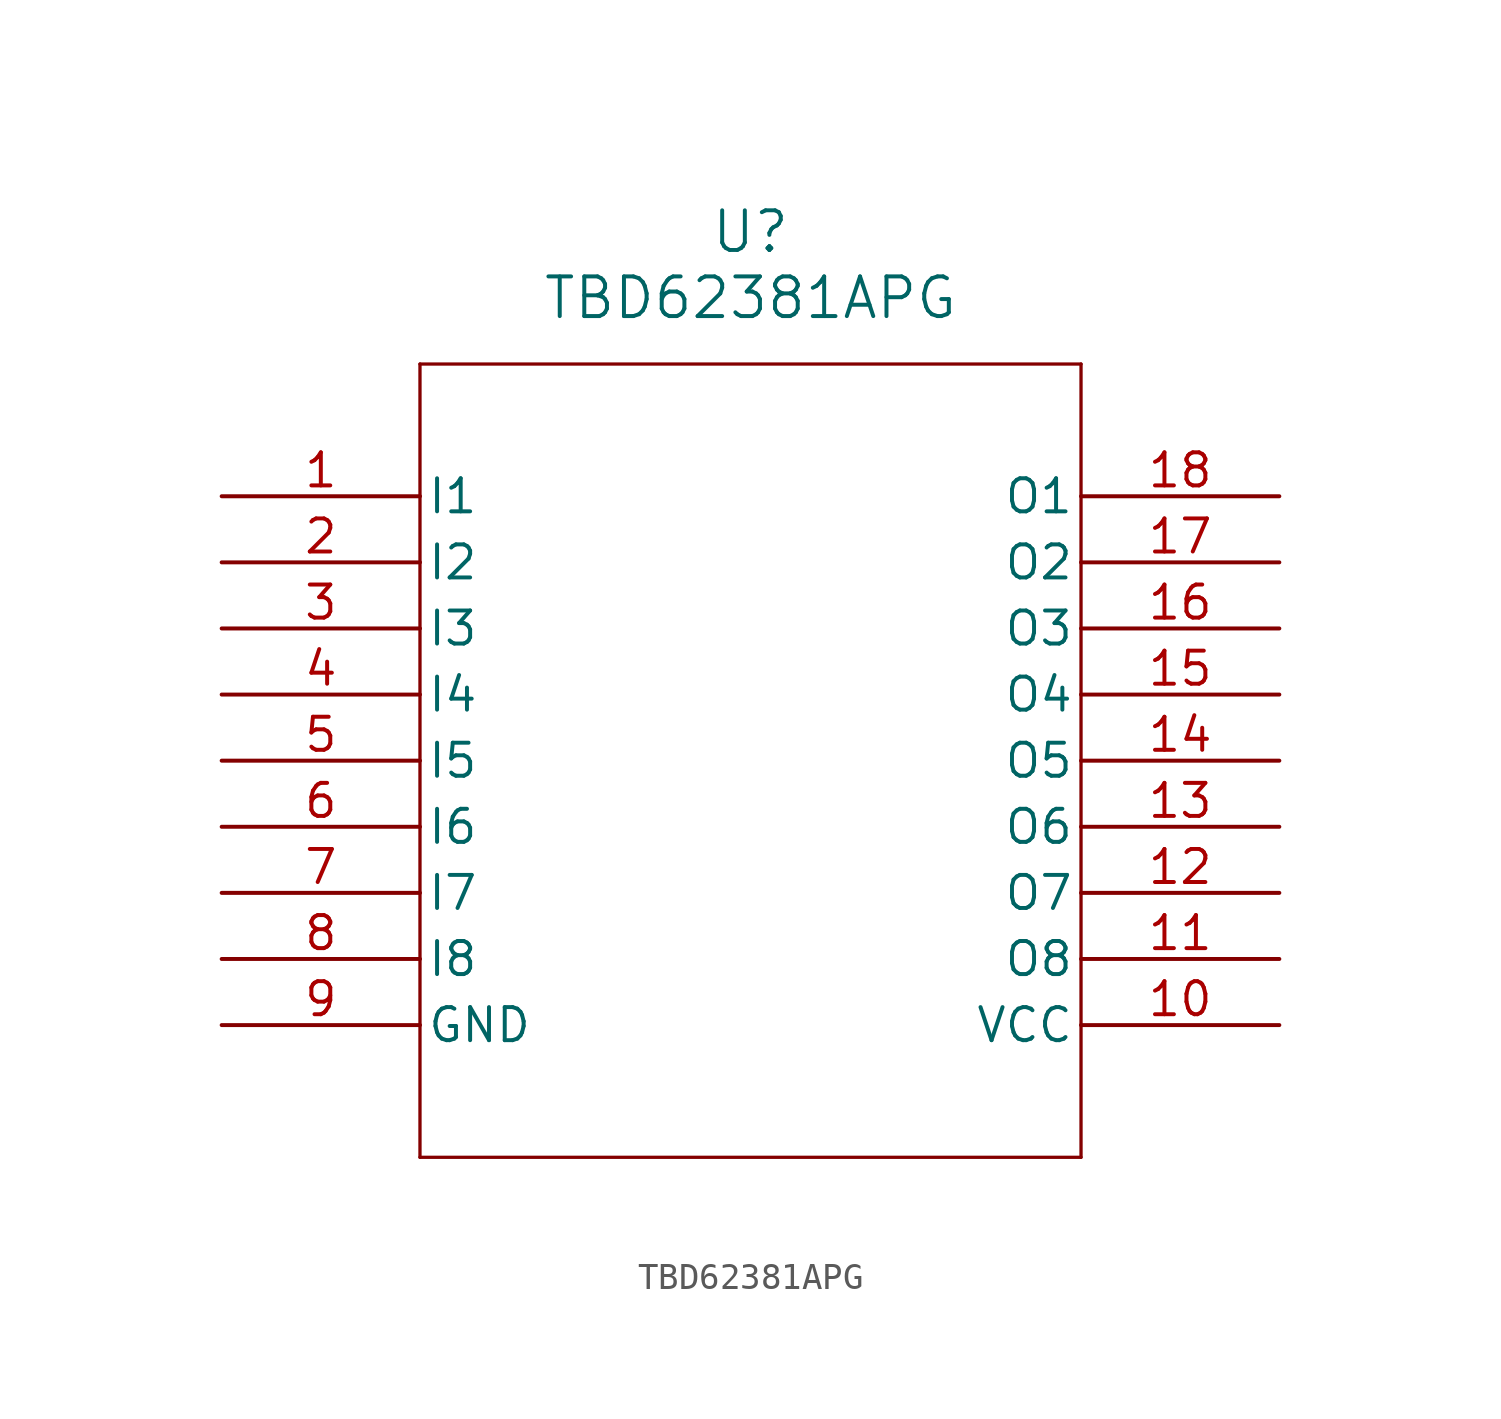
<source format=kicad_sym>
(kicad_symbol_lib
  (version 20211014)
  (generator kicad_symbol_editor)
  (symbol "TBD62381APG"
    (pin_names
      (offset 0.254))
    (property "Reference" "U"
      (at 20.32 10.16 0)
      (effects (font (size 1.524 1.524))))
    (property "Value" "TBD62381APG"
      (at 20.32 7.62 0)
      (effects (font (size 1.524 1.524))))
    (symbol "TBD62381APG_0_1"
      (polyline (pts (xy 7.62 5.08) (xy 7.62 -25.4)) (stroke (width 0.127) (type default) (color 0 0 0 0)) (fill (type none)))
      (polyline (pts (xy 7.62 -25.4) (xy 33.02 -25.4)) (stroke (width 0.127) (type default) (color 0 0 0 0)) (fill (type none)))
      (polyline (pts (xy 33.02 -25.4) (xy 33.02 5.08)) (stroke (width 0.127) (type default) (color 0 0 0 0)) (fill (type none)))
      (polyline (pts (xy 33.02 5.08) (xy 7.62 5.08)) (stroke (width 0.127) (type default) (color 0 0 0 0)) (fill (type none)))
      (pin input line (at 0 0 0) (length 7.62) (name "I1" (effects (font (size 1.27 1.27)))) (number "1" (effects (font (size 1.27 1.27)))))
      (pin input line (at 0 -2.54 0) (length 7.62) (name "I2" (effects (font (size 1.27 1.27)))) (number "2" (effects (font (size 1.27 1.27)))))
      (pin input line (at 0 -5.08 0) (length 7.62) (name "I3" (effects (font (size 1.27 1.27)))) (number "3" (effects (font (size 1.27 1.27)))))
      (pin input line (at 0 -7.62 0) (length 7.62) (name "I4" (effects (font (size 1.27 1.27)))) (number "4" (effects (font (size 1.27 1.27)))))
      (pin input line (at 0 -10.16 0) (length 7.62) (name "I5" (effects (font (size 1.27 1.27)))) (number "5" (effects (font (size 1.27 1.27)))))
      (pin input line (at 0 -12.7 0) (length 7.62) (name "I6" (effects (font (size 1.27 1.27)))) (number "6" (effects (font (size 1.27 1.27)))))
      (pin input line (at 0 -15.24 0) (length 7.62) (name "I7" (effects (font (size 1.27 1.27)))) (number "7" (effects (font (size 1.27 1.27)))))
      (pin input line (at 0 -17.78 0) (length 7.62) (name "I8" (effects (font (size 1.27 1.27)))) (number "8" (effects (font (size 1.27 1.27)))))
      (pin power_out line (at 0 -20.32 0) (length 7.62) (name "GND" (effects (font (size 1.27 1.27)))) (number "9" (effects (font (size 1.27 1.27)))))
      (pin power_in line (at 40.64 -20.32 180) (length 7.62) (name "VCC" (effects (font (size 1.27 1.27)))) (number "10" (effects (font (size 1.27 1.27)))))
      (pin output line (at 40.64 -17.78 180) (length 7.62) (name "O8" (effects (font (size 1.27 1.27)))) (number "11" (effects (font (size 1.27 1.27)))))
      (pin output line (at 40.64 -15.24 180) (length 7.62) (name "O7" (effects (font (size 1.27 1.27)))) (number "12" (effects (font (size 1.27 1.27)))))
      (pin output line (at 40.64 -12.7 180) (length 7.62) (name "O6" (effects (font (size 1.27 1.27)))) (number "13" (effects (font (size 1.27 1.27)))))
      (pin output line (at 40.64 -10.16 180) (length 7.62) (name "O5" (effects (font (size 1.27 1.27)))) (number "14" (effects (font (size 1.27 1.27)))))
      (pin output line (at 40.64 -7.62 180) (length 7.62) (name "O4" (effects (font (size 1.27 1.27)))) (number "15" (effects (font (size 1.27 1.27)))))
      (pin output line (at 40.64 -5.08 180) (length 7.62) (name "O3" (effects (font (size 1.27 1.27)))) (number "16" (effects (font (size 1.27 1.27)))))
      (pin output line (at 40.64 -2.54 180) (length 7.62) (name "O2" (effects (font (size 1.27 1.27)))) (number "17" (effects (font (size 1.27 1.27)))))
      (pin output line (at 40.64 0 180) (length 7.62) (name "O1" (effects (font (size 1.27 1.27)))) (number "18" (effects (font (size 1.27 1.27))))))))
</source>
